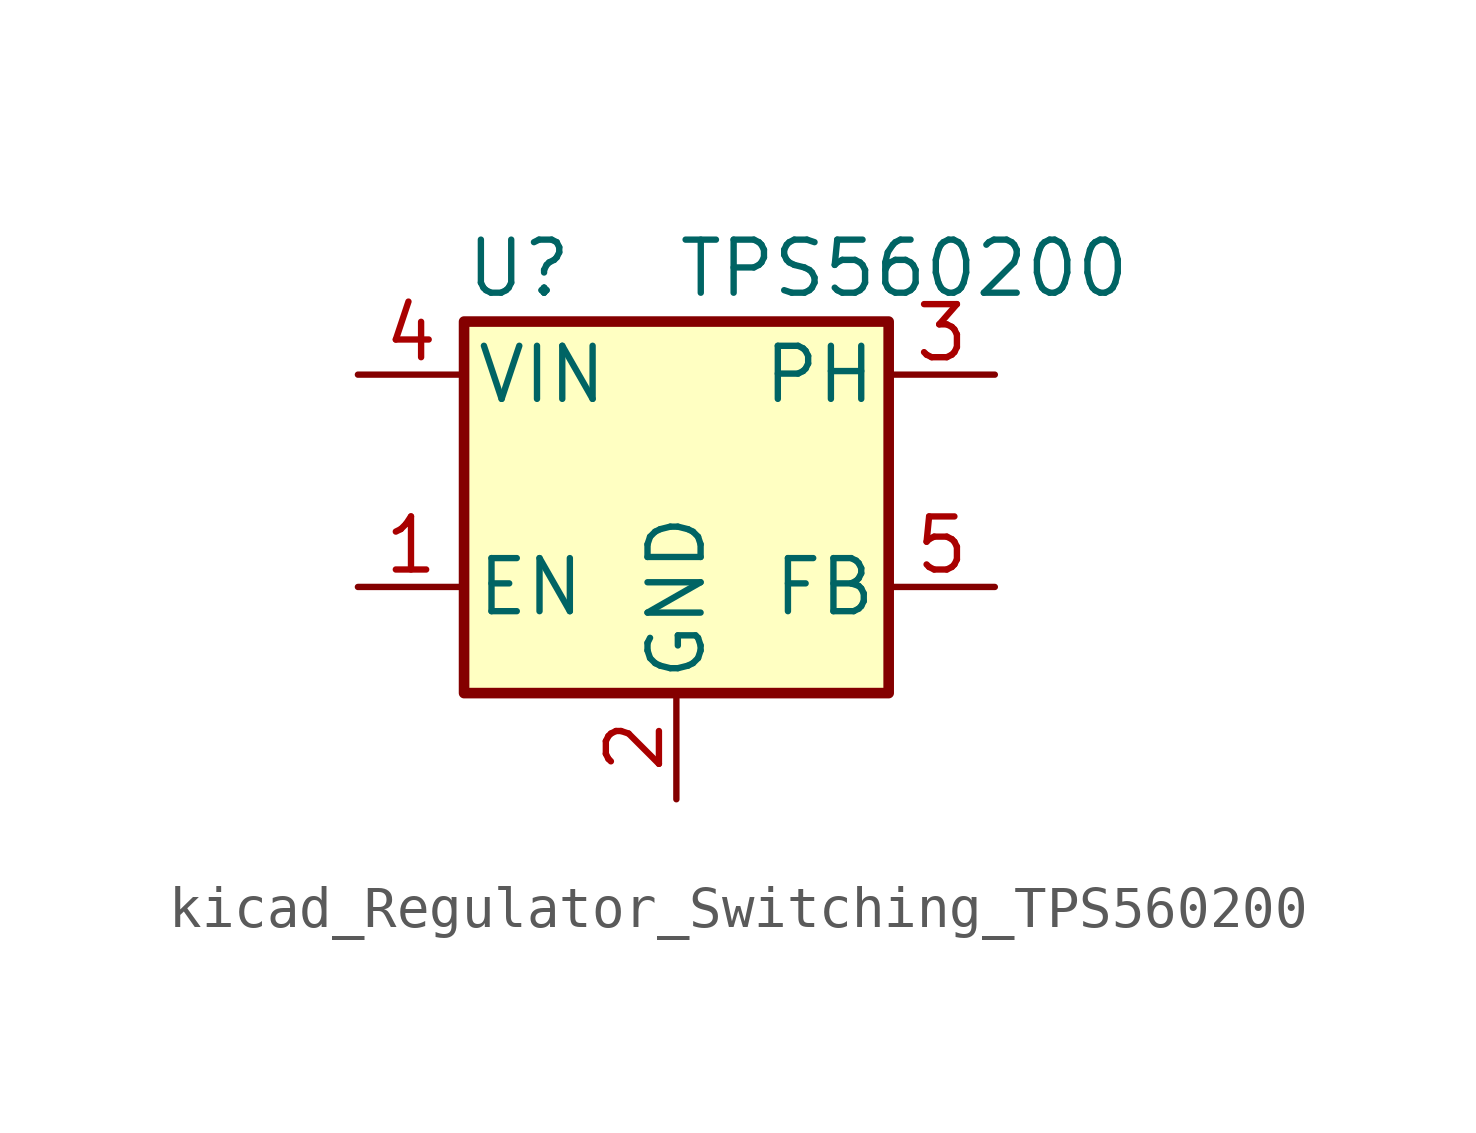
<source format=kicad_sym>
(kicad_symbol_lib
  (version 20220914)
  (generator kicad_symbol_editor)
  (symbol "kicad_Regulator_Switching_TPS560200"
    (pin_names
      (offset 0.254))
    (property "Reference" "U"
      (at -5.08 5.08 0)
      (effects (font (size 1.27 1.27)) (justify left)))
    (property "Value" "TPS560200"
      (at 0 5.08 0)
      (effects (font (size 1.27 1.27)) (justify left)))
    (symbol "kicad_Regulator_Switching_TPS560200_0_1"
      (rectangle (start -5.08 3.81) (end 5.08 -5.08) (stroke (width 0.254) (type default)) (fill (type background))))
    (symbol "kicad_Regulator_Switching_TPS560200_1_1"
      (pin input line (at -7.62 -2.54 0) (length 2.54) (name "EN" (effects (font (size 1.27 1.27)))) (number "1" (effects (font (size 1.27 1.27)))))
      (pin power_in line (at 0 -7.62 90) (length 2.54) (name "GND" (effects (font (size 1.27 1.27)))) (number "2" (effects (font (size 1.27 1.27)))))
      (pin power_out line (at 7.62 2.54 180) (length 2.54) (name "PH" (effects (font (size 1.27 1.27)))) (number "3" (effects (font (size 1.27 1.27)))))
      (pin power_in line (at -7.62 2.54 0) (length 2.54) (name "VIN" (effects (font (size 1.27 1.27)))) (number "4" (effects (font (size 1.27 1.27)))))
      (pin input line (at 7.62 -2.54 180) (length 2.54) (name "FB" (effects (font (size 1.27 1.27)))) (number "5" (effects (font (size 1.27 1.27))))))))
</source>
